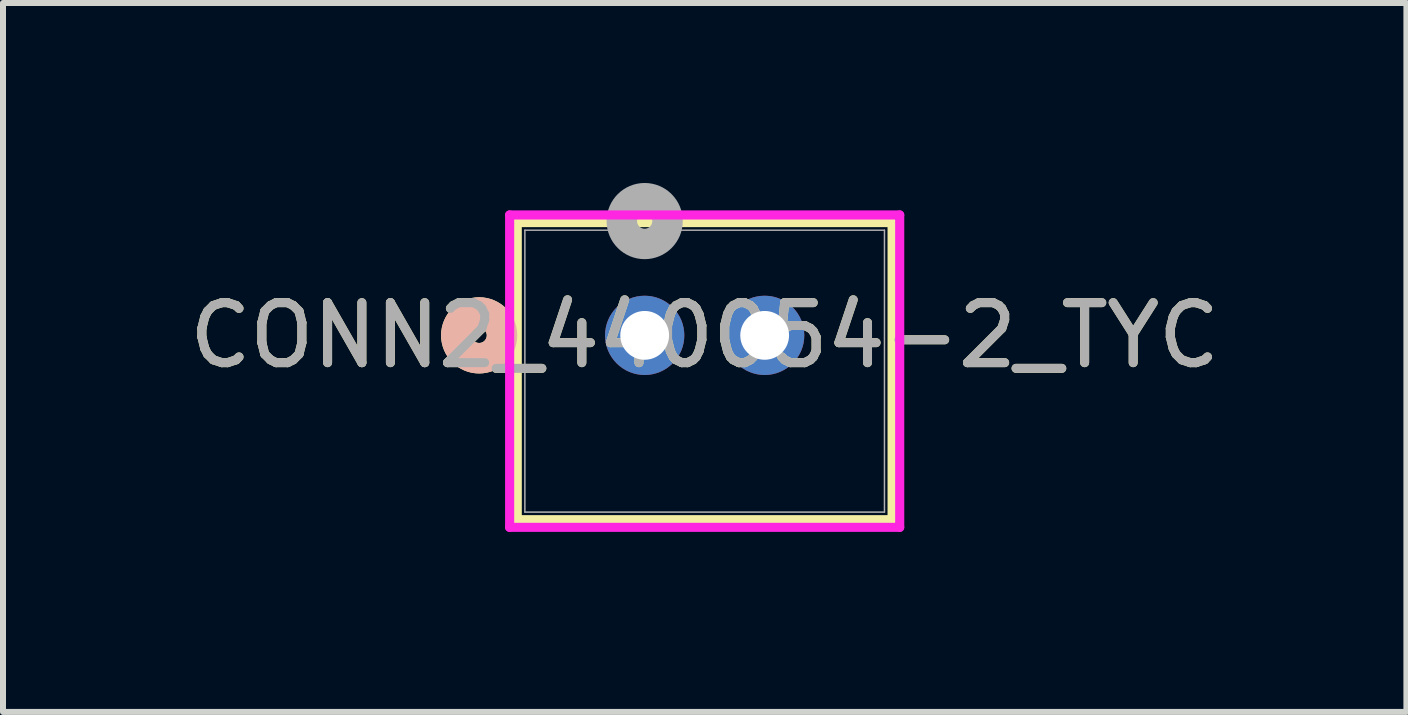
<source format=kicad_pcb>
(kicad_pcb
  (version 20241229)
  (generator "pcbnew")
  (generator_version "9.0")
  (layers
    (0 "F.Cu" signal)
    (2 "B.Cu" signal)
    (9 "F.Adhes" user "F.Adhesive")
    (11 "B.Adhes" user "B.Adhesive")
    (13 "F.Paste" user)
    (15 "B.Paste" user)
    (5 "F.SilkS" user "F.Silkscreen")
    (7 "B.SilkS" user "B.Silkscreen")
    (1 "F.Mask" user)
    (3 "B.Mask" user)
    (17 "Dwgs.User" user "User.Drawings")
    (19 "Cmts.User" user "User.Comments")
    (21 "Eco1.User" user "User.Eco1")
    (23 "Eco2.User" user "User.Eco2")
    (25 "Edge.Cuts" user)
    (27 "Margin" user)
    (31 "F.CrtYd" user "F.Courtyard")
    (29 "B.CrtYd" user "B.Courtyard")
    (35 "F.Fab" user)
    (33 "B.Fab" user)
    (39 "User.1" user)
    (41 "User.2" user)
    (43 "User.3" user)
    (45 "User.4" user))
  (footprint "CONN2_440054-2_TYC"
    (layer "F.Cu")
    (at 7.696 2.54)
    (property "Reference" "CONN2_440054-2_TYC" (at 1 0 0) (unlocked yes) (layer "F.SilkS") (effects (font (size 1 1) (thickness 0.15))))
    (attr through_hole)
    (fp_line (start -2.124 -1.88) (end -2.124 3.073) (stroke (width 0.152) (type solid)) (layer "F.SilkS"))
    (fp_line (start -2.124 3.073) (end 4.124 3.073) (stroke (width 0.152) (type solid)) (layer "F.SilkS"))
    (fp_line (start 4.124 -1.88) (end -2.124 -1.88) (stroke (width 0.152) (type solid)) (layer "F.SilkS"))
    (fp_line (start 4.124 3.073) (end 4.124 -1.88) (stroke (width 0.152) (type solid)) (layer "F.SilkS"))
    (fp_circle (center -2.759 0) (end -2.378 0) (stroke (width 0.508) (type solid)) (fill no) (layer "F.SilkS"))
    (fp_circle (center -2.759 0) (end -2.378 0) (stroke (width 0.508) (type solid)) (fill no) (layer "B.SilkS"))
    (fp_line (start -2.251 -2.007) (end -2.251 3.2) (stroke (width 0.152) (type solid)) (layer "F.CrtYd"))
    (fp_line (start -2.251 3.2) (end 4.251 3.2) (stroke (width 0.152) (type solid)) (layer "F.CrtYd"))
    (fp_line (start 4.251 -2.007) (end -2.251 -2.007) (stroke (width 0.152) (type solid)) (layer "F.CrtYd"))
    (fp_line (start 4.251 3.2) (end 4.251 -2.007) (stroke (width 0.152) (type solid)) (layer "F.CrtYd"))
    (fp_line (start -1.997 -1.753) (end -1.997 2.946) (stroke (width 0.025) (type solid)) (layer "F.Fab"))
    (fp_line (start -1.997 2.946) (end 3.997 2.946) (stroke (width 0.025) (type solid)) (layer "F.Fab"))
    (fp_line (start 3.997 -1.753) (end -1.997 -1.753) (stroke (width 0.025) (type solid)) (layer "F.Fab"))
    (fp_line (start 3.997 2.946) (end 3.997 -1.753) (stroke (width 0.025) (type solid)) (layer "F.Fab"))
    (fp_circle (center 0 -1.905) (end 0.381 -1.905) (stroke (width 0.508) (type solid)) (fill no) (layer "F.Fab"))
    (fp_text user "${REFERENCE}" (at 1 0 0) (unlocked yes) (layer "F.Fab") (effects (font (size 1 1) (thickness 0.15))))
    (pad "1" thru_hole circle (at 0 0) (size 1.321 1.321) (drill 0.813) (layers "*.Cu" "*.Mask"))
    (pad "2" thru_hole circle (at 2 0) (size 1.321 1.321) (drill 0.813) (layers "*.Cu" "*.Mask")))
  (gr_rect
    (start -3 -3)
    (end 20.393 8.817)
    (stroke (width 0.1) (type default))
    (fill no)
    (layer "Edge.Cuts")))
</source>
